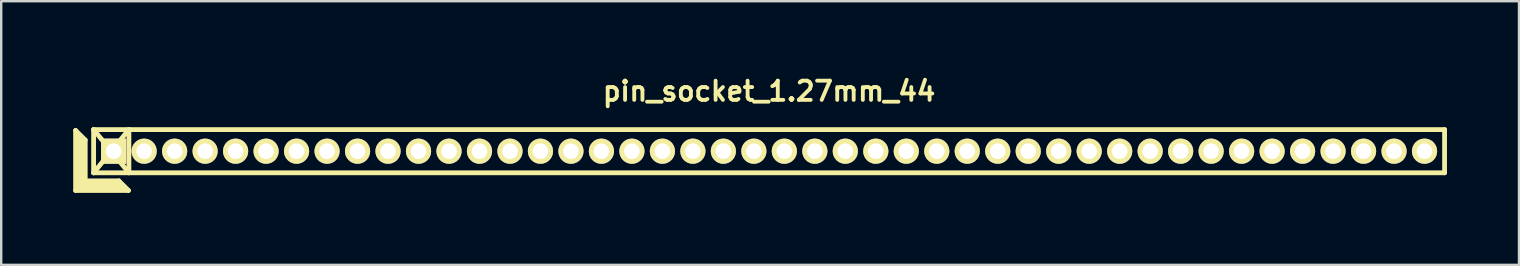
<source format=kicad_pcb>
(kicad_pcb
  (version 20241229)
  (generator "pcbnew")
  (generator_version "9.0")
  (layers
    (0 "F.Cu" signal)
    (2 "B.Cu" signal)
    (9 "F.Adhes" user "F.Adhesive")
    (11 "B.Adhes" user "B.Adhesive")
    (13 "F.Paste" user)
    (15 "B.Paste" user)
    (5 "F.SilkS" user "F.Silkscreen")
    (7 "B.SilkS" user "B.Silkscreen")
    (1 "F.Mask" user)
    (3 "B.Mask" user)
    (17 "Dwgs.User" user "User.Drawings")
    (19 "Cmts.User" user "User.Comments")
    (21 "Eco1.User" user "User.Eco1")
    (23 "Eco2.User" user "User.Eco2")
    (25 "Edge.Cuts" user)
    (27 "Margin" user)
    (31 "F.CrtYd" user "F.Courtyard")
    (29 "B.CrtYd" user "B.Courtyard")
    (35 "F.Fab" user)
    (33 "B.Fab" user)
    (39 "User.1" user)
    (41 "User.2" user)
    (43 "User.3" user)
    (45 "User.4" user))
  (footprint "pin_socket_1.27mm_44"
    (layer "F.Cu")
    (at 28.99 3.249)
    (property "Reference" "pin_socket_1.27mm_44" (at 0 -2.5 0) (layer "F.SilkS") (effects (font (size 0.8 0.8) (thickness 0.16))))
    (attr through_hole)
    (fp_line (start -28.89 -0.864) (end -28.89 1.636) (stroke (width 0.2) (type solid)) (layer "F.SilkS"))
    (fp_line (start -28.89 -0.864) (end -28.49 -0.464) (stroke (width 0.2) (type solid)) (layer "F.SilkS"))
    (fp_line (start -28.89 1.636) (end -26.69 1.636) (stroke (width 0.2) (type solid)) (layer "F.SilkS"))
    (fp_line (start -28.79 1.536) (end -28.79 -0.664) (stroke (width 0.2) (type solid)) (layer "F.SilkS"))
    (fp_line (start -28.79 1.536) (end -26.89 1.536) (stroke (width 0.2) (type solid)) (layer "F.SilkS"))
    (fp_line (start -28.69 1.436) (end -28.69 -0.564) (stroke (width 0.2) (type solid)) (layer "F.SilkS"))
    (fp_line (start -28.69 1.436) (end -26.99 1.436) (stroke (width 0.2) (type solid)) (layer "F.SilkS"))
    (fp_line (start -28.59 1.336) (end -28.59 -0.464) (stroke (width 0.2) (type solid)) (layer "F.SilkS"))
    (fp_line (start -28.59 1.336) (end -27.09 1.336) (stroke (width 0.2) (type solid)) (layer "F.SilkS"))
    (fp_line (start -28.49 1.236) (end -28.49 -0.464) (stroke (width 0.2) (type solid)) (layer "F.SilkS"))
    (fp_line (start -28.49 1.236) (end -27.09 1.236) (stroke (width 0.2) (type solid)) (layer "F.SilkS"))
    (fp_line (start -28.14 -0.9) (end -26.67 0.9) (stroke (width 0.2) (type solid)) (layer "F.SilkS"))
    (fp_line (start -28.14 -0.9) (end 28.14 -0.9) (stroke (width 0.2) (type solid)) (layer "F.SilkS"))
    (fp_line (start -28.14 0.9) (end -28.14 -0.9) (stroke (width 0.2) (type solid)) (layer "F.SilkS"))
    (fp_line (start -28.14 0.9) (end -26.67 -0.9) (stroke (width 0.2) (type solid)) (layer "F.SilkS"))
    (fp_line (start -27.09 1.236) (end -26.69 1.636) (stroke (width 0.2) (type solid)) (layer "F.SilkS"))
    (fp_line (start -26.67 -0.9) (end -26.67 0.9) (stroke (width 0.2) (type solid)) (layer "F.SilkS"))
    (fp_line (start 28.14 -0.9) (end 28.14 0.9) (stroke (width 0.2) (type solid)) (layer "F.SilkS"))
    (fp_line (start 28.14 0.9) (end -28.14 0.9) (stroke (width 0.2) (type solid)) (layer "F.SilkS"))
    (pad "1" thru_hole rect (at -27.305 0) (size 1.05 1.05) (drill 0.65) (layers "*.Cu" "*.Mask" "F.SilkS"))
    (pad "2" thru_hole oval (at -26.035 0) (size 1.05 1.05) (drill 0.65) (layers "*.Cu" "*.Mask" "F.SilkS"))
    (pad "3" thru_hole oval (at -24.765 0) (size 1.05 1.05) (drill 0.65) (layers "*.Cu" "*.Mask" "F.SilkS"))
    (pad "4" thru_hole oval (at -23.495 0) (size 1.05 1.05) (drill 0.65) (layers "*.Cu" "*.Mask" "F.SilkS"))
    (pad "5" thru_hole oval (at -22.225 0) (size 1.05 1.05) (drill 0.65) (layers "*.Cu" "*.Mask" "F.SilkS"))
    (pad "6" thru_hole oval (at -20.955 0) (size 1.05 1.05) (drill 0.65) (layers "*.Cu" "*.Mask" "F.SilkS"))
    (pad "7" thru_hole oval (at -19.685 0) (size 1.05 1.05) (drill 0.65) (layers "*.Cu" "*.Mask" "F.SilkS"))
    (pad "8" thru_hole oval (at -18.415 0) (size 1.05 1.05) (drill 0.65) (layers "*.Cu" "*.Mask" "F.SilkS"))
    (pad "9" thru_hole oval (at -17.145 0) (size 1.05 1.05) (drill 0.65) (layers "*.Cu" "*.Mask" "F.SilkS"))
    (pad "10" thru_hole oval (at -15.875 0) (size 1.05 1.05) (drill 0.65) (layers "*.Cu" "*.Mask" "F.SilkS"))
    (pad "11" thru_hole oval (at -14.605 0) (size 1.05 1.05) (drill 0.65) (layers "*.Cu" "*.Mask" "F.SilkS"))
    (pad "12" thru_hole oval (at -13.335 0) (size 1.05 1.05) (drill 0.65) (layers "*.Cu" "*.Mask" "F.SilkS"))
    (pad "13" thru_hole oval (at -12.065 0) (size 1.05 1.05) (drill 0.65) (layers "*.Cu" "*.Mask" "F.SilkS"))
    (pad "14" thru_hole oval (at -10.795 0) (size 1.05 1.05) (drill 0.65) (layers "*.Cu" "*.Mask" "F.SilkS"))
    (pad "15" thru_hole oval (at -9.525 0) (size 1.05 1.05) (drill 0.65) (layers "*.Cu" "*.Mask" "F.SilkS"))
    (pad "16" thru_hole oval (at -8.255 0) (size 1.05 1.05) (drill 0.65) (layers "*.Cu" "*.Mask" "F.SilkS"))
    (pad "17" thru_hole oval (at -6.985 0) (size 1.05 1.05) (drill 0.65) (layers "*.Cu" "*.Mask" "F.SilkS"))
    (pad "18" thru_hole oval (at -5.715 0) (size 1.05 1.05) (drill 0.65) (layers "*.Cu" "*.Mask" "F.SilkS"))
    (pad "19" thru_hole oval (at -4.445 0) (size 1.05 1.05) (drill 0.65) (layers "*.Cu" "*.Mask" "F.SilkS"))
    (pad "20" thru_hole oval (at -3.175 0) (size 1.05 1.05) (drill 0.65) (layers "*.Cu" "*.Mask" "F.SilkS"))
    (pad "21" thru_hole oval (at -1.905 0) (size 1.05 1.05) (drill 0.65) (layers "*.Cu" "*.Mask" "F.SilkS"))
    (pad "22" thru_hole oval (at -0.635 0) (size 1.05 1.05) (drill 0.65) (layers "*.Cu" "*.Mask" "F.SilkS"))
    (pad "23" thru_hole oval (at 0.635 0) (size 1.05 1.05) (drill 0.65) (layers "*.Cu" "*.Mask" "F.SilkS"))
    (pad "24" thru_hole oval (at 1.905 0) (size 1.05 1.05) (drill 0.65) (layers "*.Cu" "*.Mask" "F.SilkS"))
    (pad "25" thru_hole oval (at 3.175 0) (size 1.05 1.05) (drill 0.65) (layers "*.Cu" "*.Mask" "F.SilkS"))
    (pad "26" thru_hole oval (at 4.445 0) (size 1.05 1.05) (drill 0.65) (layers "*.Cu" "*.Mask" "F.SilkS"))
    (pad "27" thru_hole oval (at 5.715 0) (size 1.05 1.05) (drill 0.65) (layers "*.Cu" "*.Mask" "F.SilkS"))
    (pad "28" thru_hole oval (at 6.985 0) (size 1.05 1.05) (drill 0.65) (layers "*.Cu" "*.Mask" "F.SilkS"))
    (pad "29" thru_hole oval (at 8.255 0) (size 1.05 1.05) (drill 0.65) (layers "*.Cu" "*.Mask" "F.SilkS"))
    (pad "30" thru_hole oval (at 9.525 0) (size 1.05 1.05) (drill 0.65) (layers "*.Cu" "*.Mask" "F.SilkS"))
    (pad "31" thru_hole oval (at 10.795 0) (size 1.05 1.05) (drill 0.65) (layers "*.Cu" "*.Mask" "F.SilkS"))
    (pad "32" thru_hole oval (at 12.065 0) (size 1.05 1.05) (drill 0.65) (layers "*.Cu" "*.Mask" "F.SilkS"))
    (pad "33" thru_hole oval (at 13.335 0) (size 1.05 1.05) (drill 0.65) (layers "*.Cu" "*.Mask" "F.SilkS"))
    (pad "34" thru_hole oval (at 14.605 0) (size 1.05 1.05) (drill 0.65) (layers "*.Cu" "*.Mask" "F.SilkS"))
    (pad "35" thru_hole oval (at 15.875 0) (size 1.05 1.05) (drill 0.65) (layers "*.Cu" "*.Mask" "F.SilkS"))
    (pad "36" thru_hole oval (at 17.145 0) (size 1.05 1.05) (drill 0.65) (layers "*.Cu" "*.Mask" "F.SilkS"))
    (pad "37" thru_hole oval (at 18.415 0) (size 1.05 1.05) (drill 0.65) (layers "*.Cu" "*.Mask" "F.SilkS"))
    (pad "38" thru_hole oval (at 19.685 0) (size 1.05 1.05) (drill 0.65) (layers "*.Cu" "*.Mask" "F.SilkS"))
    (pad "39" thru_hole oval (at 20.955 0) (size 1.05 1.05) (drill 0.65) (layers "*.Cu" "*.Mask" "F.SilkS"))
    (pad "40" thru_hole oval (at 22.225 0) (size 1.05 1.05) (drill 0.65) (layers "*.Cu" "*.Mask" "F.SilkS"))
    (pad "41" thru_hole oval (at 23.495 0) (size 1.05 1.05) (drill 0.65) (layers "*.Cu" "*.Mask" "F.SilkS"))
    (pad "42" thru_hole oval (at 24.765 0) (size 1.05 1.05) (drill 0.65) (layers "*.Cu" "*.Mask" "F.SilkS"))
    (pad "43" thru_hole oval (at 26.035 0) (size 1.05 1.05) (drill 0.65) (layers "*.Cu" "*.Mask" "F.SilkS"))
    (pad "44" thru_hole oval (at 27.305 0) (size 1.05 1.05) (drill 0.65) (layers "*.Cu" "*.Mask" "F.SilkS")))
  (gr_rect
    (start -3 -3)
    (end 60.23 7.985)
    (stroke (width 0.1) (type default))
    (fill no)
    (layer "Edge.Cuts")))
</source>
